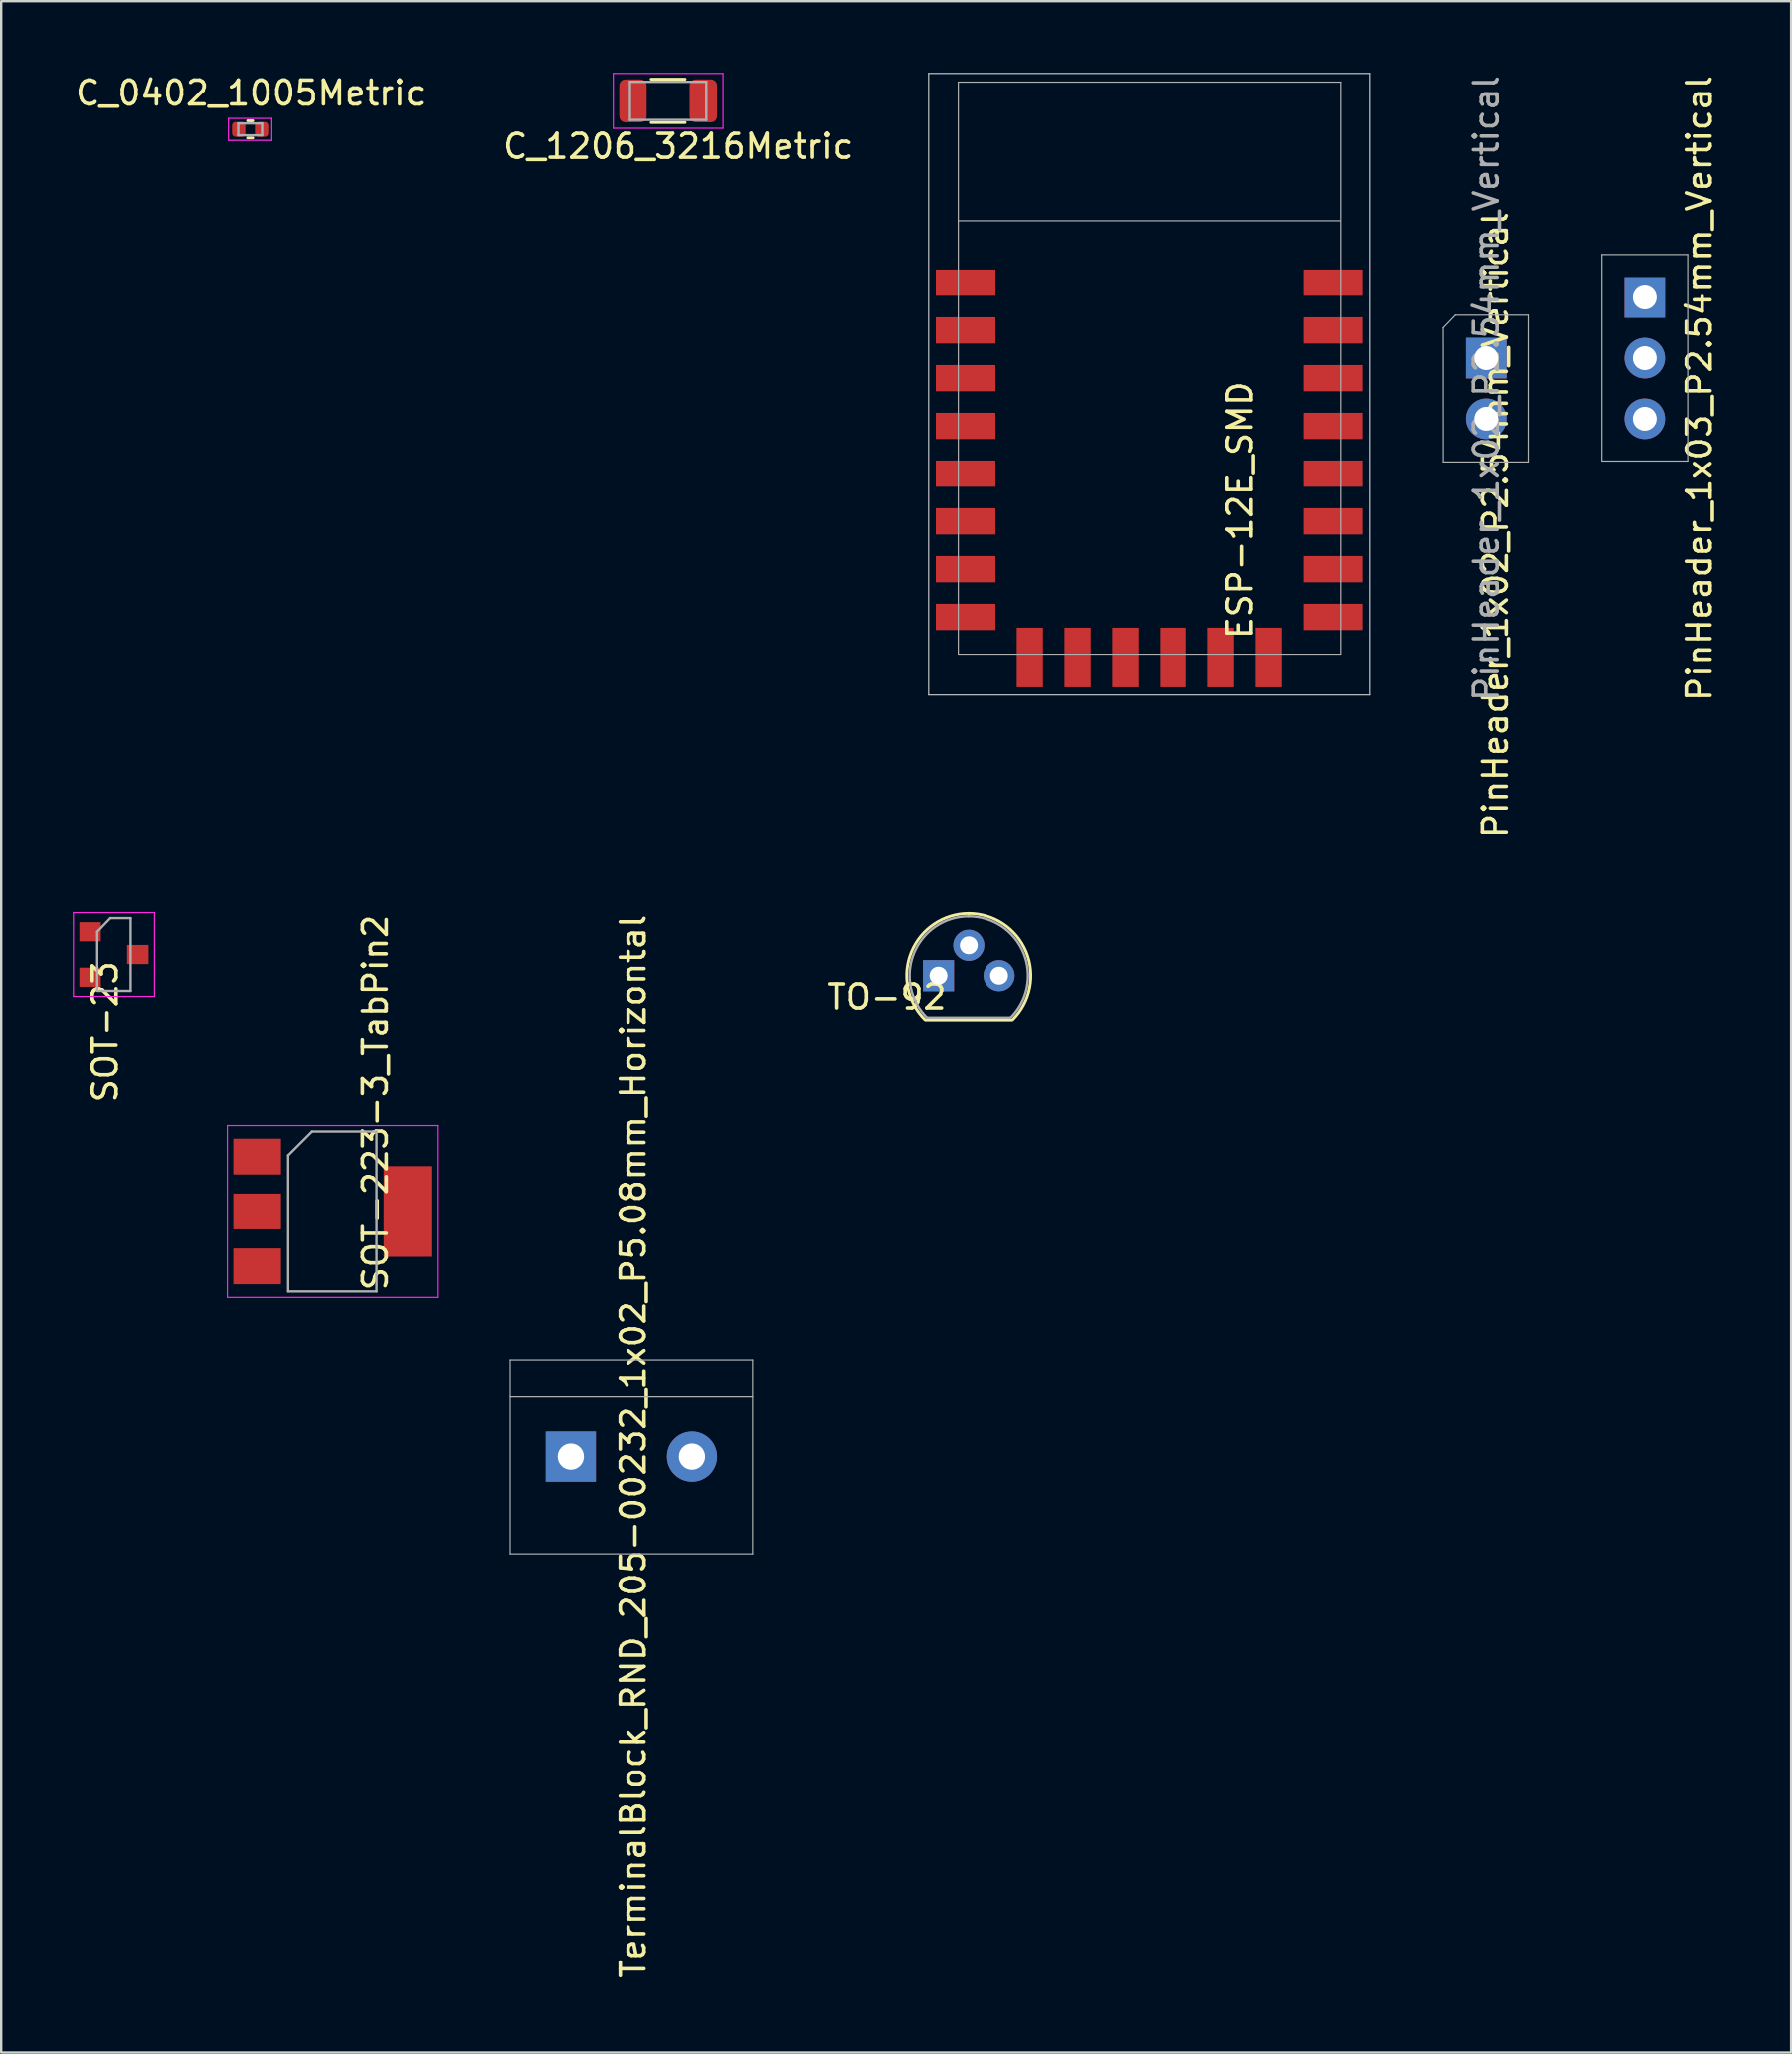
<source format=kicad_pcb>
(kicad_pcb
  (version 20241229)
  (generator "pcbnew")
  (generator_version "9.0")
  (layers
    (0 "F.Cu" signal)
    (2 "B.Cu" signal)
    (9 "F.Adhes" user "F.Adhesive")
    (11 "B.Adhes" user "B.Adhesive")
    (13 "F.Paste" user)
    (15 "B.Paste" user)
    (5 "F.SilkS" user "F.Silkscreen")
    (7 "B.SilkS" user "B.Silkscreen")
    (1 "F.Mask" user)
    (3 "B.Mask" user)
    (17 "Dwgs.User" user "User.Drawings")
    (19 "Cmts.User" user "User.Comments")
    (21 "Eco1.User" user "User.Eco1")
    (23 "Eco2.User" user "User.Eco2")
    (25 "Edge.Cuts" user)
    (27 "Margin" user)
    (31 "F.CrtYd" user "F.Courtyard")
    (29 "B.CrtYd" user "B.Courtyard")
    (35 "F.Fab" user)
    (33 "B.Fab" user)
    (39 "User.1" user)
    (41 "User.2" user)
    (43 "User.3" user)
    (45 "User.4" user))
  (footprint "TerminalBlock_RND_205-00232_1x02_P5.08mm_Horizontal"
    (layer "F.Cu")
    (at 20.865 57.974)
    (property "Reference" "TerminalBlock_RND_205-00232_1x02_P5.08mm_Horizontal" (at 2.616 -0.432 270) (layer "F.SilkS") (effects (font (size 1 1) (thickness 0.15))))
    (attr smd)
    (fp_line (start -2.54 -4.064) (end -2.54 4.064) (stroke (width 0.05) (type solid)) (layer "F.Fab"))
    (fp_line (start -2.54 -2.54) (end 7.62 -2.54) (stroke (width 0.05) (type solid)) (layer "F.Fab"))
    (fp_line (start -2.54 4.064) (end 7.62 4.064) (stroke (width 0.05) (type solid)) (layer "F.Fab"))
    (fp_line (start 7.62 -4.064) (end -2.54 -4.064) (stroke (width 0.05) (type solid)) (layer "F.Fab"))
    (fp_line (start 7.62 4.064) (end 7.62 -4.064) (stroke (width 0.05) (type solid)) (layer "F.Fab"))
    (pad "1" thru_hole rect (at 0 0) (size 2.1 2.1) (drill 1.1) (layers "*.Cu" "*.Mask"))
    (pad "2" thru_hole circle (at 5.08 0) (size 2.1 2.1) (drill 1.1) (layers "*.Cu" "*.Mask")))
  (footprint "PinHeader_1x03_P2.54mm_Vertical"
    (layer "F.Cu")
    (at 65.862 9.41)
    (property "Reference" "PinHeader_1x03_P2.54mm_Vertical" (at 2.286 3.81 90) (layer "F.SilkS") (effects (font (size 1 1) (thickness 0.15))))
    (attr smd)
    (fp_line (start -1.8 -1.8) (end -1.8 6.85) (stroke (width 0.05) (type solid)) (layer "F.Fab"))
    (fp_line (start -1.8 6.85) (end 1.8 6.85) (stroke (width 0.05) (type solid)) (layer "F.Fab"))
    (fp_line (start 1.8 -1.8) (end -1.8 -1.8) (stroke (width 0.05) (type solid)) (layer "F.Fab"))
    (fp_line (start 1.8 6.85) (end 1.8 -1.8) (stroke (width 0.05) (type solid)) (layer "F.Fab"))
    (pad "1" thru_hole rect (at 0 0) (size 1.7 1.7) (drill 1) (layers "*.Cu" "*.Mask"))
    (pad "2" thru_hole oval (at 0 2.54) (size 1.7 1.7) (drill 1) (layers "*.Cu" "*.Mask"))
    (pad "3" thru_hole oval (at 0 5.08) (size 1.7 1.7) (drill 1) (layers "*.Cu" "*.Mask")))
  (footprint "C_0402_1005Metric"
    (layer "F.Cu")
    (at 7.43 2.372)
    (property "Reference" "C_0402_1005Metric" (at 0.028 -1.524 0) (layer "F.SilkS") (effects (font (size 1 1) (thickness 0.15))))
    (attr smd)
    (fp_line (start -0.108 -0.36) (end 0.108 -0.36) (stroke (width 0.12) (type solid)) (layer "F.SilkS"))
    (fp_line (start -0.108 0.36) (end 0.108 0.36) (stroke (width 0.12) (type solid)) (layer "F.SilkS"))
    (fp_line (start -0.91 -0.46) (end 0.91 -0.46) (stroke (width 0.05) (type solid)) (layer "F.CrtYd"))
    (fp_line (start -0.91 0.46) (end -0.91 -0.46) (stroke (width 0.05) (type solid)) (layer "F.CrtYd"))
    (fp_line (start 0.91 -0.46) (end 0.91 0.46) (stroke (width 0.05) (type solid)) (layer "F.CrtYd"))
    (fp_line (start 0.91 0.46) (end -0.91 0.46) (stroke (width 0.05) (type solid)) (layer "F.CrtYd"))
    (fp_line (start -0.5 -0.25) (end 0.5 -0.25) (stroke (width 0.1) (type solid)) (layer "F.Fab"))
    (fp_line (start -0.5 0.25) (end -0.5 -0.25) (stroke (width 0.1) (type solid)) (layer "F.Fab"))
    (fp_line (start 0.5 -0.25) (end 0.5 0.25) (stroke (width 0.1) (type solid)) (layer "F.Fab"))
    (fp_line (start 0.5 0.25) (end -0.5 0.25) (stroke (width 0.1) (type solid)) (layer "F.Fab"))
    (pad "1" smd roundrect (at -0.48 0 180) (size 0.56 0.62) (layers "F.Cu" "F.Mask" "F.Paste") (roundrect_rratio 0.25))
    (pad "2" smd roundrect (at 0.48 0 180) (size 0.56 0.62) (layers "F.Cu" "F.Mask" "F.Paste") (roundrect_rratio 0.25)))
  (footprint "PinHeader_1x02_P2.54mm_Vertical"
    (layer "F.Cu")
    (at 59.212 11.95)
    (property "Reference" "PinHeader_1x02_P2.54mm_Vertical" (at 0.381 6.985 90) (layer "F.SilkS") (effects (font (size 1 1) (thickness 0.15))))
    (attr smd)
    (fp_line (start -1.803 -1.27) (end -1.8 4.35) (stroke (width 0.05) (type solid)) (layer "F.Fab"))
    (fp_line (start -1.803 -1.27) (end -1.295 -1.8) (stroke (width 0.05) (type solid)) (layer "F.Fab"))
    (fp_line (start -1.8 4.35) (end 1.8 4.35) (stroke (width 0.05) (type solid)) (layer "F.Fab"))
    (fp_line (start 1.8 -1.8) (end -1.295 -1.8) (stroke (width 0.05) (type solid)) (layer "F.Fab"))
    (fp_line (start 1.8 4.35) (end 1.8 -1.8) (stroke (width 0.05) (type solid)) (layer "F.Fab"))
    (fp_text user "${REFERENCE}" (at 0 1.27 270) (layer "F.Fab") (effects (font (size 1 1) (thickness 0.15))))
    (pad "1" thru_hole rect (at 0 0) (size 1.7 1.7) (drill 1) (layers "*.Cu" "*.Mask"))
    (pad "2" thru_hole oval (at 0 2.54) (size 1.7 1.7) (drill 1) (layers "*.Cu" "*.Mask")))
  (footprint "ESP-12E_SMD"
    (layer "F.Cu")
    (at 38.108 8.788)
    (property "Reference" "ESP-12E_SMD" (at 10.795 9.525 270) (layer "F.SilkS") (effects (font (size 1 1) (thickness 0.15))))
    (attr smd)
    (fp_line (start -2.25 -8.763) (end 16.25 -8.763) (stroke (width 0.05) (type solid)) (layer "Dwgs.User"))
    (fp_line (start -2.25 17.272) (end -2.25 -8.763) (stroke (width 0.05) (type solid)) (layer "Dwgs.User"))
    (fp_line (start 16.25 -8.763) (end 16.25 17.272) (stroke (width 0.05) (type solid)) (layer "Dwgs.User"))
    (fp_line (start 16.25 17.272) (end -2.25 17.272) (stroke (width 0.05) (type solid)) (layer "Dwgs.User"))
    (fp_line (start -1.016 -2.591) (end 14.986 -2.591) (stroke (width 0.05) (type solid)) (layer "F.Fab"))
    (fp_line (start -1.008 -8.4) (end 15 -8.4) (stroke (width 0.05) (type solid)) (layer "F.Fab"))
    (fp_line (start -1.008 15.6) (end -1.008 -8.4) (stroke (width 0.05) (type solid)) (layer "F.Fab"))
    (fp_line (start 14.992 15.6) (end -1.008 15.6) (stroke (width 0.05) (type solid)) (layer "F.Fab"))
    (fp_line (start 15 -8.4) (end 15 15.6) (stroke (width 0.05) (type solid)) (layer "F.Fab"))
    (pad "1" smd rect (at 0 0) (size 2.5 1.1) (drill (offset -0.7 0)) (layers "F.Cu" "F.Mask" "F.Paste"))
    (pad "2" smd rect (at 0 2) (size 2.5 1.1) (drill (offset -0.7 0)) (layers "F.Cu" "F.Mask" "F.Paste"))
    (pad "3" smd rect (at 0 4) (size 2.5 1.1) (drill (offset -0.7 0)) (layers "F.Cu" "F.Mask" "F.Paste"))
    (pad "4" smd rect (at 0 6) (size 2.5 1.1) (drill (offset -0.7 0)) (layers "F.Cu" "F.Mask" "F.Paste"))
    (pad "5" smd rect (at 0 8) (size 2.5 1.1) (drill (offset -0.7 0)) (layers "F.Cu" "F.Mask" "F.Paste"))
    (pad "6" smd rect (at 0 10) (size 2.5 1.1) (drill (offset -0.7 0)) (layers "F.Cu" "F.Mask" "F.Paste"))
    (pad "7" smd rect (at 0 12) (size 2.5 1.1) (drill (offset -0.7 0)) (layers "F.Cu" "F.Mask" "F.Paste"))
    (pad "8" smd rect (at 0 14) (size 2.5 1.1) (drill (offset -0.7 0)) (layers "F.Cu" "F.Mask" "F.Paste"))
    (pad "9" smd rect (at 14 14) (size 2.5 1.1) (drill (offset 0.7 0)) (layers "F.Cu" "F.Mask" "F.Paste"))
    (pad "10" smd rect (at 14 12) (size 2.5 1.1) (drill (offset 0.7 0)) (layers "F.Cu" "F.Mask" "F.Paste"))
    (pad "11" smd rect (at 14 10) (size 2.5 1.1) (drill (offset 0.7 0)) (layers "F.Cu" "F.Mask" "F.Paste"))
    (pad "12" smd rect (at 14 8) (size 2.5 1.1) (drill (offset 0.7 0)) (layers "F.Cu" "F.Mask" "F.Paste"))
    (pad "13" smd rect (at 14 6) (size 2.5 1.1) (drill (offset 0.7 0)) (layers "F.Cu" "F.Mask" "F.Paste"))
    (pad "14" smd rect (at 14 4) (size 2.5 1.1) (drill (offset 0.7 0)) (layers "F.Cu" "F.Mask" "F.Paste"))
    (pad "15" smd rect (at 14 2) (size 2.5 1.1) (drill (offset 0.7 0)) (layers "F.Cu" "F.Mask" "F.Paste"))
    (pad "16" smd rect (at 14 0) (size 2.5 1.1) (drill (offset 0.7 0)) (layers "F.Cu" "F.Mask" "F.Paste"))
    (pad "17" smd rect (at 1.99 15 90) (size 2.5 1.1) (drill (offset -0.7 0)) (layers "F.Cu" "F.Mask" "F.Paste"))
    (pad "18" smd rect (at 3.99 15 90) (size 2.5 1.1) (drill (offset -0.7 0)) (layers "F.Cu" "F.Mask" "F.Paste"))
    (pad "19" smd rect (at 5.99 15 90) (size 2.5 1.1) (drill (offset -0.7 0)) (layers "F.Cu" "F.Mask" "F.Paste"))
    (pad "20" smd rect (at 7.99 15 90) (size 2.5 1.1) (drill (offset -0.7 0)) (layers "F.Cu" "F.Mask" "F.Paste"))
    (pad "21" smd rect (at 9.99 15 90) (size 2.5 1.1) (drill (offset -0.7 0)) (layers "F.Cu" "F.Mask" "F.Paste"))
    (pad "22" smd rect (at 11.99 15 90) (size 2.5 1.1) (drill (offset -0.7 0)) (layers "F.Cu" "F.Mask" "F.Paste")))
  (footprint "TO-92"
    (layer "F.Cu")
    (at 36.27 37.815)
    (property "Reference" "TO-92" (at -2.159 0.889 0) (layer "F.SilkS") (effects (font (size 1 1) (thickness 0.15))))
    (attr smd)
    (fp_line (start -0.53 1.85) (end 3.07 1.85) (stroke (width 0.12) (type solid)) (layer "F.SilkS"))
    (fp_arc (start -0.568478 1.838478) (mid -1.132087 -0.994977) (end 1.27 -2.6) (stroke (width 0.12) (type solid)) (layer "F.SilkS"))
    (fp_arc (start 1.27 -2.6) (mid 3.672087 -0.994977) (end 3.108478 1.838478) (stroke (width 0.12) (type solid)) (layer "F.SilkS"))
    (fp_line (start -0.5 1.75) (end 3 1.75) (stroke (width 0.1) (type solid)) (layer "F.Fab"))
    (fp_arc (start -0.483625 1.753625) (mid -1.021221 -0.949055) (end 1.27 -2.48) (stroke (width 0.1) (type solid)) (layer "F.Fab"))
    (fp_arc (start 1.27 -2.48) (mid 3.561221 -0.949055) (end 3.023625 1.753625) (stroke (width 0.1) (type solid)) (layer "F.Fab"))
    (pad "1" thru_hole rect (at 0 0) (size 1.3 1.3) (drill 0.75) (layers "*.Cu" "*.Mask"))
    (pad "2" thru_hole circle (at 1.27 -1.27) (size 1.3 1.3) (drill 0.75) (layers "*.Cu" "*.Mask"))
    (pad "3" thru_hole circle (at 2.54 0) (size 1.3 1.3) (drill 0.75) (layers "*.Cu" "*.Mask")))
  (footprint "SOT-223-3_TabPin2"
    (layer "F.Cu")
    (at 10.875 47.696)
    (property "Reference" "SOT-223-3_TabPin2" (at 1.803 -4.558 90) (layer "F.SilkS") (effects (font (size 1 1) (thickness 0.15))))
    (attr smd)
    (fp_line (start -4.4 -3.6) (end -4.4 3.6) (stroke (width 0.05) (type solid)) (layer "F.CrtYd"))
    (fp_line (start -4.4 3.6) (end 4.4 3.6) (stroke (width 0.05) (type solid)) (layer "F.CrtYd"))
    (fp_line (start 4.4 -3.6) (end -4.4 -3.6) (stroke (width 0.05) (type solid)) (layer "F.CrtYd"))
    (fp_line (start 4.4 3.6) (end 4.4 -3.6) (stroke (width 0.05) (type solid)) (layer "F.CrtYd"))
    (fp_line (start -1.85 -2.35) (end -1.85 3.35) (stroke (width 0.1) (type solid)) (layer "F.Fab"))
    (fp_line (start -1.85 -2.35) (end -0.85 -3.35) (stroke (width 0.1) (type solid)) (layer "F.Fab"))
    (fp_line (start -1.85 3.35) (end 1.85 3.35) (stroke (width 0.1) (type solid)) (layer "F.Fab"))
    (fp_line (start -0.85 -3.35) (end 1.85 -3.35) (stroke (width 0.1) (type solid)) (layer "F.Fab"))
    (fp_line (start 1.85 -3.35) (end 1.85 3.35) (stroke (width 0.1) (type solid)) (layer "F.Fab"))
    (pad "1" smd rect (at -3.15 -2.3 180) (size 2 1.5) (layers "F.Cu" "F.Mask" "F.Paste"))
    (pad "2" smd rect (at -3.15 0 180) (size 2 1.5) (layers "F.Cu" "F.Mask" "F.Paste"))
    (pad "2" smd rect (at 3.15 0 180) (size 2 3.8) (layers "F.Cu" "F.Mask" "F.Paste"))
    (pad "3" smd rect (at -3.15 2.3 180) (size 2 1.5) (layers "F.Cu" "F.Mask" "F.Paste")))
  (footprint "SOT-23"
    (layer "F.Cu")
    (at 1.725 36.93)
    (property "Reference" "SOT-23" (at -0.365 3.241 90) (layer "F.SilkS") (effects (font (size 1 1) (thickness 0.15))))
    (attr smd)
    (fp_line (start -1.7 -1.75) (end 1.7 -1.75) (stroke (width 0.05) (type solid)) (layer "F.CrtYd"))
    (fp_line (start -1.7 1.75) (end -1.7 -1.75) (stroke (width 0.05) (type solid)) (layer "F.CrtYd"))
    (fp_line (start 1.7 -1.75) (end 1.7 1.75) (stroke (width 0.05) (type solid)) (layer "F.CrtYd"))
    (fp_line (start 1.7 1.75) (end -1.7 1.75) (stroke (width 0.05) (type solid)) (layer "F.CrtYd"))
    (fp_line (start -0.7 -0.95) (end -0.7 1.5) (stroke (width 0.1) (type solid)) (layer "F.Fab"))
    (fp_line (start -0.7 -0.95) (end -0.15 -1.52) (stroke (width 0.1) (type solid)) (layer "F.Fab"))
    (fp_line (start -0.7 1.52) (end 0.7 1.52) (stroke (width 0.1) (type solid)) (layer "F.Fab"))
    (fp_line (start -0.15 -1.52) (end 0.7 -1.52) (stroke (width 0.1) (type solid)) (layer "F.Fab"))
    (fp_line (start 0.7 -1.52) (end 0.7 1.52) (stroke (width 0.1) (type solid)) (layer "F.Fab"))
    (pad "1" smd rect (at -1 -0.95 180) (size 0.9 0.8) (layers "F.Cu" "F.Mask" "F.Paste"))
    (pad "2" smd rect (at -1 0.95 180) (size 0.9 0.8) (layers "F.Cu" "F.Mask" "F.Paste"))
    (pad "3" smd rect (at 1 0 180) (size 0.9 0.8) (layers "F.Cu" "F.Mask" "F.Paste")))
  (footprint "C_1206_3216Metric"
    (layer "F.Cu")
    (at 24.945 1.175)
    (property "Reference" "C_1206_3216Metric" (at 0.43 1.905 0) (layer "F.SilkS") (effects (font (size 1 1) (thickness 0.15))))
    (attr smd)
    (fp_line (start -0.711 -0.91) (end 0.711 -0.91) (stroke (width 0.12) (type solid)) (layer "F.SilkS"))
    (fp_line (start -0.711 0.91) (end 0.711 0.91) (stroke (width 0.12) (type solid)) (layer "F.SilkS"))
    (fp_line (start -2.3 -1.15) (end 2.3 -1.15) (stroke (width 0.05) (type solid)) (layer "F.CrtYd"))
    (fp_line (start -2.3 1.15) (end -2.3 -1.15) (stroke (width 0.05) (type solid)) (layer "F.CrtYd"))
    (fp_line (start 2.3 -1.15) (end 2.3 1.15) (stroke (width 0.05) (type solid)) (layer "F.CrtYd"))
    (fp_line (start 2.3 1.15) (end -2.3 1.15) (stroke (width 0.05) (type solid)) (layer "F.CrtYd"))
    (fp_line (start -1.6 -0.8) (end 1.6 -0.8) (stroke (width 0.1) (type solid)) (layer "F.Fab"))
    (fp_line (start -1.6 0.8) (end -1.6 -0.8) (stroke (width 0.1) (type solid)) (layer "F.Fab"))
    (fp_line (start 1.6 -0.8) (end 1.6 0.8) (stroke (width 0.1) (type solid)) (layer "F.Fab"))
    (fp_line (start 1.6 0.8) (end -1.6 0.8) (stroke (width 0.1) (type solid)) (layer "F.Fab"))
    (pad "1" smd roundrect (at -1.475 0 180) (size 1.15 1.8) (layers "F.Cu" "F.Mask" "F.Paste") (roundrect_rratio 0.217))
    (pad "2" smd roundrect (at 1.475 0 180) (size 1.15 1.8) (layers "F.Cu" "F.Mask" "F.Paste") (roundrect_rratio 0.217)))
  (gr_rect
    (start -3 -3)
    (end 71.996 82.929)
    (stroke (width 0.1) (type default))
    (fill no)
    (layer "Edge.Cuts")))
</source>
